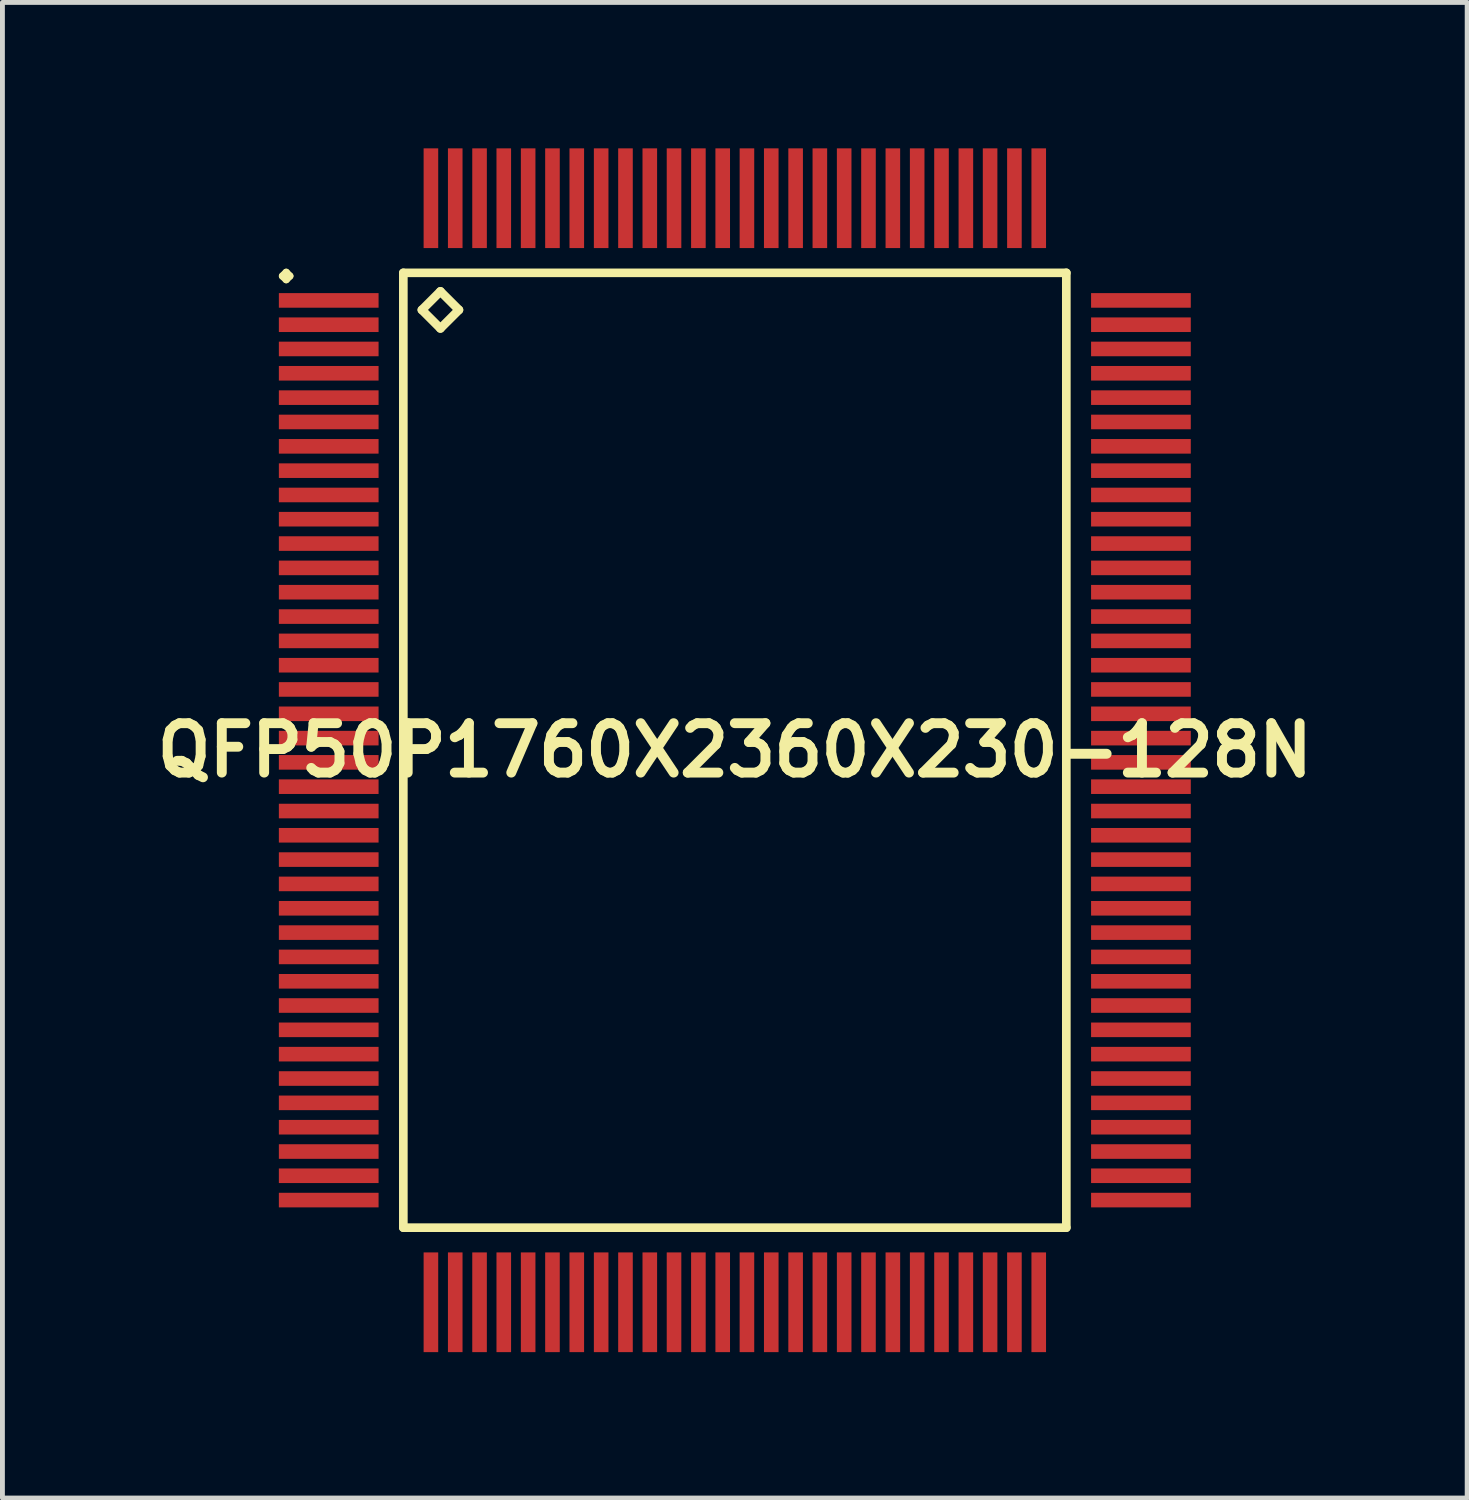
<source format=kicad_pcb>
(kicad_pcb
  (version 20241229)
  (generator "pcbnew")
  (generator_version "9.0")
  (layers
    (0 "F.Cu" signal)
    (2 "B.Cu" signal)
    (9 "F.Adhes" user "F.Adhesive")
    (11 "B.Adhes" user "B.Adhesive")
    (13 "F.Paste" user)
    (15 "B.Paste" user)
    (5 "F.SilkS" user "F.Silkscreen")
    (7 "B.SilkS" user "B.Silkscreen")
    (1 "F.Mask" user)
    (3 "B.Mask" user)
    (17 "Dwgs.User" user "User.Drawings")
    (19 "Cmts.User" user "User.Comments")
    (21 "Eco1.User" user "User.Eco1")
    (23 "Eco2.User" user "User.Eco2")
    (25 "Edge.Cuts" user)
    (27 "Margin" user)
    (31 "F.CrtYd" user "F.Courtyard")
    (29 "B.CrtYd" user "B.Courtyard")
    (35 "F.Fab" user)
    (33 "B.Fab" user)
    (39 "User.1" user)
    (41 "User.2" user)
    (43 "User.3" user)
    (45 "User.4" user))
  (footprint "QFP50P1760X2360X230-128N"
    (layer "F.Cu")
    (at 12.057 12.374)
    (property "Reference" "QFP50P1760X2360X230-128N" (at 0 0 0) (layer "F.SilkS") (effects (font (size 1.016 1.016) (thickness 0.203))))
    (attr smd)
    (fp_line (start -9.299 -9.749) (end -9.223 -9.825) (stroke (width 0.15) (type solid)) (layer "F.SilkS"))
    (fp_line (start -9.223 -9.825) (end -9.149 -9.749) (stroke (width 0.15) (type solid)) (layer "F.SilkS"))
    (fp_line (start -9.223 -9.675) (end -9.299 -9.749) (stroke (width 0.15) (type solid)) (layer "F.SilkS"))
    (fp_line (start -9.149 -9.749) (end -9.223 -9.675) (stroke (width 0.15) (type solid)) (layer "F.SilkS"))
    (fp_line (start -6.815 -9.815) (end -6.815 9.815) (stroke (width 0.178) (type solid)) (layer "F.SilkS"))
    (fp_line (start -6.815 9.815) (end 6.815 9.815) (stroke (width 0.178) (type solid)) (layer "F.SilkS"))
    (fp_line (start -6.434 -9.053) (end -6.053 -9.434) (stroke (width 0.178) (type solid)) (layer "F.SilkS"))
    (fp_line (start -6.053 -9.434) (end -5.672 -9.053) (stroke (width 0.178) (type solid)) (layer "F.SilkS"))
    (fp_line (start -6.053 -8.672) (end -6.434 -9.053) (stroke (width 0.178) (type solid)) (layer "F.SilkS"))
    (fp_line (start -5.672 -9.053) (end -6.053 -8.672) (stroke (width 0.178) (type solid)) (layer "F.SilkS"))
    (fp_line (start 6.815 -9.815) (end -6.815 -9.815) (stroke (width 0.178) (type solid)) (layer "F.SilkS"))
    (fp_line (start 6.815 9.815) (end 6.815 -9.815) (stroke (width 0.178) (type solid)) (layer "F.SilkS"))
    (pad "1" smd rect (at -8.349 -9.248) (size 2.05 0.3) (layers "F.Cu" "F.Mask" "F.Paste"))
    (pad "2" smd rect (at -8.349 -8.748) (size 2.05 0.3) (layers "F.Cu" "F.Mask" "F.Paste"))
    (pad "3" smd rect (at -8.349 -8.25) (size 2.05 0.3) (layers "F.Cu" "F.Mask" "F.Paste"))
    (pad "4" smd rect (at -8.349 -7.75) (size 2.05 0.3) (layers "F.Cu" "F.Mask" "F.Paste"))
    (pad "5" smd rect (at -8.349 -7.249) (size 2.05 0.3) (layers "F.Cu" "F.Mask" "F.Paste"))
    (pad "6" smd rect (at -8.349 -6.749) (size 2.05 0.3) (layers "F.Cu" "F.Mask" "F.Paste"))
    (pad "7" smd rect (at -8.349 -6.248) (size 2.05 0.3) (layers "F.Cu" "F.Mask" "F.Paste"))
    (pad "8" smd rect (at -8.349 -5.748) (size 2.05 0.3) (layers "F.Cu" "F.Mask" "F.Paste"))
    (pad "9" smd rect (at -8.349 -5.248) (size 2.05 0.3) (layers "F.Cu" "F.Mask" "F.Paste"))
    (pad "10" smd rect (at -8.349 -4.75) (size 2.05 0.3) (layers "F.Cu" "F.Mask" "F.Paste"))
    (pad "11" smd rect (at -8.349 -4.249) (size 2.05 0.3) (layers "F.Cu" "F.Mask" "F.Paste"))
    (pad "12" smd rect (at -8.349 -3.749) (size 2.05 0.3) (layers "F.Cu" "F.Mask" "F.Paste"))
    (pad "13" smd rect (at -8.349 -3.249) (size 2.05 0.3) (layers "F.Cu" "F.Mask" "F.Paste"))
    (pad "14" smd rect (at -8.349 -2.748) (size 2.05 0.3) (layers "F.Cu" "F.Mask" "F.Paste"))
    (pad "15" smd rect (at -8.349 -2.248) (size 2.05 0.3) (layers "F.Cu" "F.Mask" "F.Paste"))
    (pad "16" smd rect (at -8.349 -1.748) (size 2.05 0.3) (layers "F.Cu" "F.Mask" "F.Paste"))
    (pad "17" smd rect (at -8.349 -1.25) (size 2.05 0.3) (layers "F.Cu" "F.Mask" "F.Paste"))
    (pad "18" smd rect (at -8.349 -0.749) (size 2.05 0.3) (layers "F.Cu" "F.Mask" "F.Paste"))
    (pad "19" smd rect (at -8.349 -0.249) (size 2.05 0.3) (layers "F.Cu" "F.Mask" "F.Paste"))
    (pad "20" smd rect (at -8.349 0.249) (size 2.05 0.3) (layers "F.Cu" "F.Mask" "F.Paste"))
    (pad "21" smd rect (at -8.349 0.749) (size 2.05 0.3) (layers "F.Cu" "F.Mask" "F.Paste"))
    (pad "22" smd rect (at -8.349 1.25) (size 2.05 0.3) (layers "F.Cu" "F.Mask" "F.Paste"))
    (pad "23" smd rect (at -8.349 1.748) (size 2.05 0.3) (layers "F.Cu" "F.Mask" "F.Paste"))
    (pad "24" smd rect (at -8.349 2.248) (size 2.05 0.3) (layers "F.Cu" "F.Mask" "F.Paste"))
    (pad "25" smd rect (at -8.349 2.748) (size 2.05 0.3) (layers "F.Cu" "F.Mask" "F.Paste"))
    (pad "26" smd rect (at -8.349 3.249) (size 2.05 0.3) (layers "F.Cu" "F.Mask" "F.Paste"))
    (pad "27" smd rect (at -8.349 3.749) (size 2.05 0.3) (layers "F.Cu" "F.Mask" "F.Paste"))
    (pad "28" smd rect (at -8.349 4.249) (size 2.05 0.3) (layers "F.Cu" "F.Mask" "F.Paste"))
    (pad "29" smd rect (at -8.349 4.75) (size 2.05 0.3) (layers "F.Cu" "F.Mask" "F.Paste"))
    (pad "30" smd rect (at -8.349 5.248) (size 2.05 0.3) (layers "F.Cu" "F.Mask" "F.Paste"))
    (pad "31" smd rect (at -8.349 5.748) (size 2.05 0.3) (layers "F.Cu" "F.Mask" "F.Paste"))
    (pad "32" smd rect (at -8.349 6.248) (size 2.05 0.3) (layers "F.Cu" "F.Mask" "F.Paste"))
    (pad "33" smd rect (at -8.349 6.749) (size 2.05 0.3) (layers "F.Cu" "F.Mask" "F.Paste"))
    (pad "34" smd rect (at -8.349 7.249) (size 2.05 0.3) (layers "F.Cu" "F.Mask" "F.Paste"))
    (pad "35" smd rect (at -8.349 7.75) (size 2.05 0.3) (layers "F.Cu" "F.Mask" "F.Paste"))
    (pad "36" smd rect (at -8.349 8.25) (size 2.05 0.3) (layers "F.Cu" "F.Mask" "F.Paste"))
    (pad "37" smd rect (at -8.349 8.748) (size 2.05 0.3) (layers "F.Cu" "F.Mask" "F.Paste"))
    (pad "38" smd rect (at -8.349 9.248) (size 2.05 0.3) (layers "F.Cu" "F.Mask" "F.Paste"))
    (pad "39" smd rect (at -6.248 11.349) (size 0.3 2.05) (layers "F.Cu" "F.Mask" "F.Paste"))
    (pad "40" smd rect (at -5.748 11.349) (size 0.3 2.05) (layers "F.Cu" "F.Mask" "F.Paste"))
    (pad "41" smd rect (at -5.248 11.349) (size 0.3 2.05) (layers "F.Cu" "F.Mask" "F.Paste"))
    (pad "42" smd rect (at -4.75 11.349) (size 0.3 2.05) (layers "F.Cu" "F.Mask" "F.Paste"))
    (pad "43" smd rect (at -4.249 11.349) (size 0.3 2.05) (layers "F.Cu" "F.Mask" "F.Paste"))
    (pad "44" smd rect (at -3.749 11.349) (size 0.3 2.05) (layers "F.Cu" "F.Mask" "F.Paste"))
    (pad "45" smd rect (at -3.249 11.349) (size 0.3 2.05) (layers "F.Cu" "F.Mask" "F.Paste"))
    (pad "46" smd rect (at -2.748 11.349) (size 0.3 2.05) (layers "F.Cu" "F.Mask" "F.Paste"))
    (pad "47" smd rect (at -2.248 11.349) (size 0.3 2.05) (layers "F.Cu" "F.Mask" "F.Paste"))
    (pad "48" smd rect (at -1.748 11.349) (size 0.3 2.05) (layers "F.Cu" "F.Mask" "F.Paste"))
    (pad "49" smd rect (at -1.25 11.349) (size 0.3 2.05) (layers "F.Cu" "F.Mask" "F.Paste"))
    (pad "50" smd rect (at -0.749 11.349) (size 0.3 2.05) (layers "F.Cu" "F.Mask" "F.Paste"))
    (pad "51" smd rect (at -0.249 11.349) (size 0.3 2.05) (layers "F.Cu" "F.Mask" "F.Paste"))
    (pad "52" smd rect (at 0.249 11.349) (size 0.3 2.05) (layers "F.Cu" "F.Mask" "F.Paste"))
    (pad "53" smd rect (at 0.749 11.349) (size 0.3 2.05) (layers "F.Cu" "F.Mask" "F.Paste"))
    (pad "54" smd rect (at 1.25 11.349) (size 0.3 2.05) (layers "F.Cu" "F.Mask" "F.Paste"))
    (pad "55" smd rect (at 1.748 11.349) (size 0.3 2.05) (layers "F.Cu" "F.Mask" "F.Paste"))
    (pad "56" smd rect (at 2.248 11.349) (size 0.3 2.05) (layers "F.Cu" "F.Mask" "F.Paste"))
    (pad "57" smd rect (at 2.748 11.349) (size 0.3 2.05) (layers "F.Cu" "F.Mask" "F.Paste"))
    (pad "58" smd rect (at 3.249 11.349) (size 0.3 2.05) (layers "F.Cu" "F.Mask" "F.Paste"))
    (pad "59" smd rect (at 3.749 11.349) (size 0.3 2.05) (layers "F.Cu" "F.Mask" "F.Paste"))
    (pad "60" smd rect (at 4.249 11.349) (size 0.3 2.05) (layers "F.Cu" "F.Mask" "F.Paste"))
    (pad "61" smd rect (at 4.75 11.349) (size 0.3 2.05) (layers "F.Cu" "F.Mask" "F.Paste"))
    (pad "62" smd rect (at 5.248 11.349) (size 0.3 2.05) (layers "F.Cu" "F.Mask" "F.Paste"))
    (pad "63" smd rect (at 5.748 11.349) (size 0.3 2.05) (layers "F.Cu" "F.Mask" "F.Paste"))
    (pad "64" smd rect (at 6.248 11.349) (size 0.3 2.05) (layers "F.Cu" "F.Mask" "F.Paste"))
    (pad "65" smd rect (at 8.349 9.248) (size 2.05 0.3) (layers "F.Cu" "F.Mask" "F.Paste"))
    (pad "66" smd rect (at 8.349 8.748) (size 2.05 0.3) (layers "F.Cu" "F.Mask" "F.Paste"))
    (pad "67" smd rect (at 8.349 8.25) (size 2.05 0.3) (layers "F.Cu" "F.Mask" "F.Paste"))
    (pad "68" smd rect (at 8.349 7.75) (size 2.05 0.3) (layers "F.Cu" "F.Mask" "F.Paste"))
    (pad "69" smd rect (at 8.349 7.249) (size 2.05 0.3) (layers "F.Cu" "F.Mask" "F.Paste"))
    (pad "70" smd rect (at 8.349 6.749) (size 2.05 0.3) (layers "F.Cu" "F.Mask" "F.Paste"))
    (pad "71" smd rect (at 8.349 6.248) (size 2.05 0.3) (layers "F.Cu" "F.Mask" "F.Paste"))
    (pad "72" smd rect (at 8.349 5.748) (size 2.05 0.3) (layers "F.Cu" "F.Mask" "F.Paste"))
    (pad "73" smd rect (at 8.349 5.248) (size 2.05 0.3) (layers "F.Cu" "F.Mask" "F.Paste"))
    (pad "74" smd rect (at 8.349 4.75) (size 2.05 0.3) (layers "F.Cu" "F.Mask" "F.Paste"))
    (pad "75" smd rect (at 8.349 4.249) (size 2.05 0.3) (layers "F.Cu" "F.Mask" "F.Paste"))
    (pad "76" smd rect (at 8.349 3.749) (size 2.05 0.3) (layers "F.Cu" "F.Mask" "F.Paste"))
    (pad "77" smd rect (at 8.349 3.249) (size 2.05 0.3) (layers "F.Cu" "F.Mask" "F.Paste"))
    (pad "78" smd rect (at 8.349 2.748) (size 2.05 0.3) (layers "F.Cu" "F.Mask" "F.Paste"))
    (pad "79" smd rect (at 8.349 2.248) (size 2.05 0.3) (layers "F.Cu" "F.Mask" "F.Paste"))
    (pad "80" smd rect (at 8.349 1.748) (size 2.05 0.3) (layers "F.Cu" "F.Mask" "F.Paste"))
    (pad "81" smd rect (at 8.349 1.25) (size 2.05 0.3) (layers "F.Cu" "F.Mask" "F.Paste"))
    (pad "82" smd rect (at 8.349 0.749) (size 2.05 0.3) (layers "F.Cu" "F.Mask" "F.Paste"))
    (pad "83" smd rect (at 8.349 0.249) (size 2.05 0.3) (layers "F.Cu" "F.Mask" "F.Paste"))
    (pad "84" smd rect (at 8.349 -0.249) (size 2.05 0.3) (layers "F.Cu" "F.Mask" "F.Paste"))
    (pad "85" smd rect (at 8.349 -0.749) (size 2.05 0.3) (layers "F.Cu" "F.Mask" "F.Paste"))
    (pad "86" smd rect (at 8.349 -1.25) (size 2.05 0.3) (layers "F.Cu" "F.Mask" "F.Paste"))
    (pad "87" smd rect (at 8.349 -1.748) (size 2.05 0.3) (layers "F.Cu" "F.Mask" "F.Paste"))
    (pad "88" smd rect (at 8.349 -2.248) (size 2.05 0.3) (layers "F.Cu" "F.Mask" "F.Paste"))
    (pad "89" smd rect (at 8.349 -2.748) (size 2.05 0.3) (layers "F.Cu" "F.Mask" "F.Paste"))
    (pad "90" smd rect (at 8.349 -3.249) (size 2.05 0.3) (layers "F.Cu" "F.Mask" "F.Paste"))
    (pad "91" smd rect (at 8.349 -3.749) (size 2.05 0.3) (layers "F.Cu" "F.Mask" "F.Paste"))
    (pad "92" smd rect (at 8.349 -4.249) (size 2.05 0.3) (layers "F.Cu" "F.Mask" "F.Paste"))
    (pad "93" smd rect (at 8.349 -4.75) (size 2.05 0.3) (layers "F.Cu" "F.Mask" "F.Paste"))
    (pad "94" smd rect (at 8.349 -5.248) (size 2.05 0.3) (layers "F.Cu" "F.Mask" "F.Paste"))
    (pad "95" smd rect (at 8.349 -5.748) (size 2.05 0.3) (layers "F.Cu" "F.Mask" "F.Paste"))
    (pad "96" smd rect (at 8.349 -6.248) (size 2.05 0.3) (layers "F.Cu" "F.Mask" "F.Paste"))
    (pad "97" smd rect (at 8.349 -6.749) (size 2.05 0.3) (layers "F.Cu" "F.Mask" "F.Paste"))
    (pad "98" smd rect (at 8.349 -7.249) (size 2.05 0.3) (layers "F.Cu" "F.Mask" "F.Paste"))
    (pad "99" smd rect (at 8.349 -7.75) (size 2.05 0.3) (layers "F.Cu" "F.Mask" "F.Paste"))
    (pad "100" smd rect (at 8.349 -8.25) (size 2.05 0.3) (layers "F.Cu" "F.Mask" "F.Paste"))
    (pad "101" smd rect (at 8.349 -8.748) (size 2.05 0.3) (layers "F.Cu" "F.Mask" "F.Paste"))
    (pad "102" smd rect (at 8.349 -9.248) (size 2.05 0.3) (layers "F.Cu" "F.Mask" "F.Paste"))
    (pad "103" smd rect (at 6.248 -11.349) (size 0.3 2.05) (layers "F.Cu" "F.Mask" "F.Paste"))
    (pad "104" smd rect (at 5.748 -11.349) (size 0.3 2.05) (layers "F.Cu" "F.Mask" "F.Paste"))
    (pad "105" smd rect (at 5.248 -11.349) (size 0.3 2.05) (layers "F.Cu" "F.Mask" "F.Paste"))
    (pad "106" smd rect (at 4.75 -11.349) (size 0.3 2.05) (layers "F.Cu" "F.Mask" "F.Paste"))
    (pad "107" smd rect (at 4.249 -11.349) (size 0.3 2.05) (layers "F.Cu" "F.Mask" "F.Paste"))
    (pad "108" smd rect (at 3.749 -11.349) (size 0.3 2.05) (layers "F.Cu" "F.Mask" "F.Paste"))
    (pad "109" smd rect (at 3.249 -11.349) (size 0.3 2.05) (layers "F.Cu" "F.Mask" "F.Paste"))
    (pad "110" smd rect (at 2.748 -11.349) (size 0.3 2.05) (layers "F.Cu" "F.Mask" "F.Paste"))
    (pad "111" smd rect (at 2.248 -11.349) (size 0.3 2.05) (layers "F.Cu" "F.Mask" "F.Paste"))
    (pad "112" smd rect (at 1.748 -11.349) (size 0.3 2.05) (layers "F.Cu" "F.Mask" "F.Paste"))
    (pad "113" smd rect (at 1.25 -11.349) (size 0.3 2.05) (layers "F.Cu" "F.Mask" "F.Paste"))
    (pad "114" smd rect (at 0.749 -11.349) (size 0.3 2.05) (layers "F.Cu" "F.Mask" "F.Paste"))
    (pad "115" smd rect (at 0.249 -11.349) (size 0.3 2.05) (layers "F.Cu" "F.Mask" "F.Paste"))
    (pad "116" smd rect (at -0.249 -11.349) (size 0.3 2.05) (layers "F.Cu" "F.Mask" "F.Paste"))
    (pad "117" smd rect (at -0.749 -11.349) (size 0.3 2.05) (layers "F.Cu" "F.Mask" "F.Paste"))
    (pad "118" smd rect (at -1.25 -11.349) (size 0.3 2.05) (layers "F.Cu" "F.Mask" "F.Paste"))
    (pad "119" smd rect (at -1.748 -11.349) (size 0.3 2.05) (layers "F.Cu" "F.Mask" "F.Paste"))
    (pad "120" smd rect (at -2.248 -11.349) (size 0.3 2.05) (layers "F.Cu" "F.Mask" "F.Paste"))
    (pad "121" smd rect (at -2.748 -11.349) (size 0.3 2.05) (layers "F.Cu" "F.Mask" "F.Paste"))
    (pad "122" smd rect (at -3.249 -11.349) (size 0.3 2.05) (layers "F.Cu" "F.Mask" "F.Paste"))
    (pad "123" smd rect (at -3.749 -11.349) (size 0.3 2.05) (layers "F.Cu" "F.Mask" "F.Paste"))
    (pad "124" smd rect (at -4.249 -11.349) (size 0.3 2.05) (layers "F.Cu" "F.Mask" "F.Paste"))
    (pad "125" smd rect (at -4.75 -11.349) (size 0.3 2.05) (layers "F.Cu" "F.Mask" "F.Paste"))
    (pad "126" smd rect (at -5.248 -11.349) (size 0.3 2.05) (layers "F.Cu" "F.Mask" "F.Paste"))
    (pad "127" smd rect (at -5.748 -11.349) (size 0.3 2.05) (layers "F.Cu" "F.Mask" "F.Paste"))
    (pad "128" smd rect (at -6.248 -11.349) (size 0.3 2.05) (layers "F.Cu" "F.Mask" "F.Paste")))
  (gr_rect
    (start -3 -3)
    (end 27.113 27.747)
    (stroke (width 0.1) (type default))
    (fill no)
    (layer "Edge.Cuts")))
</source>
